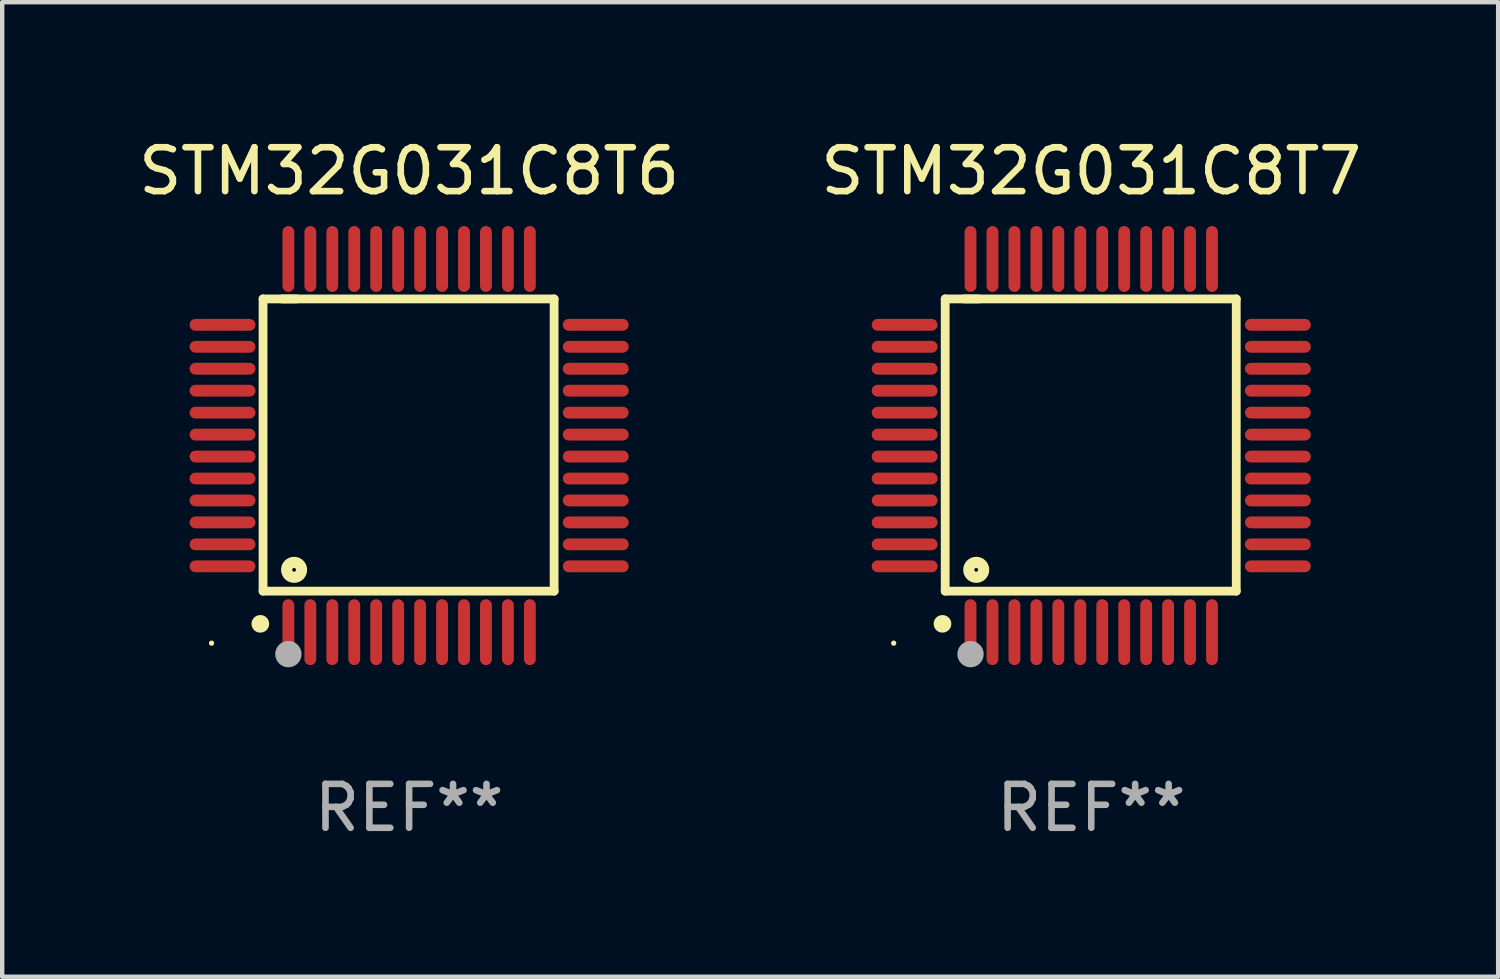
<source format=kicad_pcb>
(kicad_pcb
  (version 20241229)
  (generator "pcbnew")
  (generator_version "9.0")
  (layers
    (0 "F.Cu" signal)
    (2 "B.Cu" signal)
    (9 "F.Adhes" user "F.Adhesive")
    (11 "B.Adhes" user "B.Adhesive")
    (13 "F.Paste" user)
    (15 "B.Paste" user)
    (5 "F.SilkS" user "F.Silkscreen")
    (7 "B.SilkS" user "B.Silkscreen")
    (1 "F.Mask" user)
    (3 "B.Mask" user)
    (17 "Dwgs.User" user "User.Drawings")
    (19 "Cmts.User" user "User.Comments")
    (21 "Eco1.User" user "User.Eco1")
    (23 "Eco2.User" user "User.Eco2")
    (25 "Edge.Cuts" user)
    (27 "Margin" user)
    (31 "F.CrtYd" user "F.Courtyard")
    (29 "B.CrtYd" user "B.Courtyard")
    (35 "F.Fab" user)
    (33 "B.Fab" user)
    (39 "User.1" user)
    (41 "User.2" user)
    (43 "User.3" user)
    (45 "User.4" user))
  (footprint "STM32G031C8T7"
    (layer "F.Cu")
    (at 21.804 7.098)
    (property "Reference" "STM32G031C8T7" (at 0 -6.25 0) (layer "F.SilkS") (effects (font (size 1 1) (thickness 0.15))))
    (attr through_hole)
    (fp_line (start -3.327 -3.34) (end -2.565 -3.34) (stroke (width 0.2) (type solid)) (layer "F.SilkS"))
    (fp_line (start -3.327 3.315) (end -3.327 -3.34) (stroke (width 0.2) (type solid)) (layer "F.SilkS"))
    (fp_line (start -2.896 -3.34) (end 3.302 -3.34) (stroke (width 0.2) (type solid)) (layer "F.SilkS"))
    (fp_line (start 3.302 -3.34) (end 3.302 3.315) (stroke (width 0.2) (type solid)) (layer "F.SilkS"))
    (fp_line (start 3.302 3.315) (end -3.327 3.315) (stroke (width 0.2) (type solid)) (layer "F.SilkS"))
    (fp_arc (start -3.389992 4.059995) (mid -3.388722 4.059991) (end -3.387452 4.059995) (stroke (width 0.4) (type solid)) (layer "F.SilkS"))
    (fp_circle (center -4.5 4.5) (end -4.47 4.5) (stroke (width 0.06) (type solid)) (fill no) (layer "F.SilkS"))
    (fp_circle (center -2.62 2.83) (end -2.45 2.83) (stroke (width 0.254) (type solid)) (fill no) (layer "F.SilkS"))
    (fp_circle (center -2.75 4.75) (end -2.6 4.75) (stroke (width 0.3) (type solid)) (fill no) (layer "F.Fab"))
    (fp_text user "REF**" (at 0 8.25 0) (layer "F.Fab") (effects (font (size 1 1) (thickness 0.15))))
    (pad "1" smd oval (at -2.75 4.25) (size 0.27 1.5) (layers "F.Cu" "F.Mask" "F.Paste"))
    (pad "2" smd oval (at -2.25 4.25) (size 0.27 1.5) (layers "F.Cu" "F.Mask" "F.Paste"))
    (pad "3" smd oval (at -1.75 4.25) (size 0.27 1.5) (layers "F.Cu" "F.Mask" "F.Paste"))
    (pad "4" smd oval (at -1.25 4.25) (size 0.27 1.5) (layers "F.Cu" "F.Mask" "F.Paste"))
    (pad "5" smd oval (at -0.75 4.25) (size 0.27 1.5) (layers "F.Cu" "F.Mask" "F.Paste"))
    (pad "6" smd oval (at -0.25 4.25) (size 0.27 1.5) (layers "F.Cu" "F.Mask" "F.Paste"))
    (pad "7" smd oval (at 0.25 4.25) (size 0.27 1.5) (layers "F.Cu" "F.Mask" "F.Paste"))
    (pad "8" smd oval (at 0.75 4.25) (size 0.27 1.5) (layers "F.Cu" "F.Mask" "F.Paste"))
    (pad "9" smd oval (at 1.25 4.25) (size 0.27 1.5) (layers "F.Cu" "F.Mask" "F.Paste"))
    (pad "10" smd oval (at 1.75 4.25) (size 0.27 1.5) (layers "F.Cu" "F.Mask" "F.Paste"))
    (pad "11" smd oval (at 2.25 4.25) (size 0.27 1.5) (layers "F.Cu" "F.Mask" "F.Paste"))
    (pad "12" smd oval (at 2.75 4.25) (size 0.27 1.5) (layers "F.Cu" "F.Mask" "F.Paste"))
    (pad "13" smd oval (at 4.25 2.75) (size 1.5 0.27) (layers "F.Cu" "F.Mask" "F.Paste"))
    (pad "14" smd oval (at 4.25 2.25) (size 1.5 0.27) (layers "F.Cu" "F.Mask" "F.Paste"))
    (pad "15" smd oval (at 4.25 1.75) (size 1.5 0.27) (layers "F.Cu" "F.Mask" "F.Paste"))
    (pad "16" smd oval (at 4.25 1.25) (size 1.5 0.27) (layers "F.Cu" "F.Mask" "F.Paste"))
    (pad "17" smd oval (at 4.25 0.75) (size 1.5 0.27) (layers "F.Cu" "F.Mask" "F.Paste"))
    (pad "18" smd oval (at 4.25 0.25) (size 1.5 0.27) (layers "F.Cu" "F.Mask" "F.Paste"))
    (pad "19" smd oval (at 4.25 -0.25) (size 1.5 0.27) (layers "F.Cu" "F.Mask" "F.Paste"))
    (pad "20" smd oval (at 4.25 -0.75) (size 1.5 0.27) (layers "F.Cu" "F.Mask" "F.Paste"))
    (pad "21" smd oval (at 4.25 -1.25) (size 1.5 0.27) (layers "F.Cu" "F.Mask" "F.Paste"))
    (pad "22" smd oval (at 4.25 -1.75) (size 1.5 0.27) (layers "F.Cu" "F.Mask" "F.Paste"))
    (pad "23" smd oval (at 4.25 -2.25) (size 1.5 0.27) (layers "F.Cu" "F.Mask" "F.Paste"))
    (pad "24" smd oval (at 4.25 -2.75) (size 1.5 0.27) (layers "F.Cu" "F.Mask" "F.Paste"))
    (pad "25" smd oval (at 2.75 -4.25) (size 0.27 1.5) (layers "F.Cu" "F.Mask" "F.Paste"))
    (pad "26" smd oval (at 2.25 -4.25) (size 0.27 1.5) (layers "F.Cu" "F.Mask" "F.Paste"))
    (pad "27" smd oval (at 1.75 -4.25) (size 0.27 1.5) (layers "F.Cu" "F.Mask" "F.Paste"))
    (pad "28" smd oval (at 1.25 -4.25) (size 0.27 1.5) (layers "F.Cu" "F.Mask" "F.Paste"))
    (pad "29" smd oval (at 0.75 -4.25) (size 0.27 1.5) (layers "F.Cu" "F.Mask" "F.Paste"))
    (pad "30" smd oval (at 0.25 -4.25) (size 0.27 1.5) (layers "F.Cu" "F.Mask" "F.Paste"))
    (pad "31" smd oval (at -0.25 -4.25) (size 0.27 1.5) (layers "F.Cu" "F.Mask" "F.Paste"))
    (pad "32" smd oval (at -0.75 -4.25) (size 0.27 1.5) (layers "F.Cu" "F.Mask" "F.Paste"))
    (pad "33" smd oval (at -1.25 -4.25) (size 0.27 1.5) (layers "F.Cu" "F.Mask" "F.Paste"))
    (pad "34" smd oval (at -1.75 -4.25) (size 0.27 1.5) (layers "F.Cu" "F.Mask" "F.Paste"))
    (pad "35" smd oval (at -2.25 -4.25) (size 0.27 1.5) (layers "F.Cu" "F.Mask" "F.Paste"))
    (pad "36" smd oval (at -2.75 -4.25) (size 0.27 1.5) (layers "F.Cu" "F.Mask" "F.Paste"))
    (pad "37" smd oval (at -4.25 -2.75) (size 1.5 0.27) (layers "F.Cu" "F.Mask" "F.Paste"))
    (pad "38" smd oval (at -4.25 -2.25) (size 1.5 0.27) (layers "F.Cu" "F.Mask" "F.Paste"))
    (pad "39" smd oval (at -4.25 -1.75) (size 1.5 0.27) (layers "F.Cu" "F.Mask" "F.Paste"))
    (pad "40" smd oval (at -4.25 -1.25) (size 1.5 0.27) (layers "F.Cu" "F.Mask" "F.Paste"))
    (pad "41" smd oval (at -4.25 -0.75) (size 1.5 0.27) (layers "F.Cu" "F.Mask" "F.Paste"))
    (pad "42" smd oval (at -4.25 -0.25) (size 1.5 0.27) (layers "F.Cu" "F.Mask" "F.Paste"))
    (pad "43" smd oval (at -4.25 0.25) (size 1.5 0.27) (layers "F.Cu" "F.Mask" "F.Paste"))
    (pad "44" smd oval (at -4.25 0.75) (size 1.5 0.27) (layers "F.Cu" "F.Mask" "F.Paste"))
    (pad "45" smd oval (at -4.25 1.25) (size 1.5 0.27) (layers "F.Cu" "F.Mask" "F.Paste"))
    (pad "46" smd oval (at -4.25 1.75) (size 1.5 0.27) (layers "F.Cu" "F.Mask" "F.Paste"))
    (pad "47" smd oval (at -4.25 2.25) (size 1.5 0.27) (layers "F.Cu" "F.Mask" "F.Paste"))
    (pad "48" smd oval (at -4.25 2.75) (size 1.5 0.27) (layers "F.Cu" "F.Mask" "F.Paste")))
  (footprint "STM32G031C8T6"
    (layer "F.Cu")
    (at 6.268 7.098)
    (property "Reference" "STM32G031C8T6" (at 0 -6.25 0) (layer "F.SilkS") (effects (font (size 1 1) (thickness 0.15))))
    (attr through_hole)
    (fp_line (start -3.327 -3.34) (end -2.565 -3.34) (stroke (width 0.2) (type solid)) (layer "F.SilkS"))
    (fp_line (start -3.327 3.315) (end -3.327 -3.34) (stroke (width 0.2) (type solid)) (layer "F.SilkS"))
    (fp_line (start -2.896 -3.34) (end 3.302 -3.34) (stroke (width 0.2) (type solid)) (layer "F.SilkS"))
    (fp_line (start 3.302 -3.34) (end 3.302 3.315) (stroke (width 0.2) (type solid)) (layer "F.SilkS"))
    (fp_line (start 3.302 3.315) (end -3.327 3.315) (stroke (width 0.2) (type solid)) (layer "F.SilkS"))
    (fp_arc (start -3.389992 4.059995) (mid -3.388722 4.059991) (end -3.387452 4.059995) (stroke (width 0.4) (type solid)) (layer "F.SilkS"))
    (fp_circle (center -4.5 4.5) (end -4.47 4.5) (stroke (width 0.06) (type solid)) (fill no) (layer "F.SilkS"))
    (fp_circle (center -2.62 2.83) (end -2.45 2.83) (stroke (width 0.254) (type solid)) (fill no) (layer "F.SilkS"))
    (fp_circle (center -2.75 4.75) (end -2.6 4.75) (stroke (width 0.3) (type solid)) (fill no) (layer "F.Fab"))
    (fp_text user "REF**" (at 0 8.25 0) (layer "F.Fab") (effects (font (size 1 1) (thickness 0.15))))
    (pad "1" smd oval (at -2.75 4.25) (size 0.27 1.5) (layers "F.Cu" "F.Mask" "F.Paste"))
    (pad "2" smd oval (at -2.25 4.25) (size 0.27 1.5) (layers "F.Cu" "F.Mask" "F.Paste"))
    (pad "3" smd oval (at -1.75 4.25) (size 0.27 1.5) (layers "F.Cu" "F.Mask" "F.Paste"))
    (pad "4" smd oval (at -1.25 4.25) (size 0.27 1.5) (layers "F.Cu" "F.Mask" "F.Paste"))
    (pad "5" smd oval (at -0.75 4.25) (size 0.27 1.5) (layers "F.Cu" "F.Mask" "F.Paste"))
    (pad "6" smd oval (at -0.25 4.25) (size 0.27 1.5) (layers "F.Cu" "F.Mask" "F.Paste"))
    (pad "7" smd oval (at 0.25 4.25) (size 0.27 1.5) (layers "F.Cu" "F.Mask" "F.Paste"))
    (pad "8" smd oval (at 0.75 4.25) (size 0.27 1.5) (layers "F.Cu" "F.Mask" "F.Paste"))
    (pad "9" smd oval (at 1.25 4.25) (size 0.27 1.5) (layers "F.Cu" "F.Mask" "F.Paste"))
    (pad "10" smd oval (at 1.75 4.25) (size 0.27 1.5) (layers "F.Cu" "F.Mask" "F.Paste"))
    (pad "11" smd oval (at 2.25 4.25) (size 0.27 1.5) (layers "F.Cu" "F.Mask" "F.Paste"))
    (pad "12" smd oval (at 2.75 4.25) (size 0.27 1.5) (layers "F.Cu" "F.Mask" "F.Paste"))
    (pad "13" smd oval (at 4.25 2.75) (size 1.5 0.27) (layers "F.Cu" "F.Mask" "F.Paste"))
    (pad "14" smd oval (at 4.25 2.25) (size 1.5 0.27) (layers "F.Cu" "F.Mask" "F.Paste"))
    (pad "15" smd oval (at 4.25 1.75) (size 1.5 0.27) (layers "F.Cu" "F.Mask" "F.Paste"))
    (pad "16" smd oval (at 4.25 1.25) (size 1.5 0.27) (layers "F.Cu" "F.Mask" "F.Paste"))
    (pad "17" smd oval (at 4.25 0.75) (size 1.5 0.27) (layers "F.Cu" "F.Mask" "F.Paste"))
    (pad "18" smd oval (at 4.25 0.25) (size 1.5 0.27) (layers "F.Cu" "F.Mask" "F.Paste"))
    (pad "19" smd oval (at 4.25 -0.25) (size 1.5 0.27) (layers "F.Cu" "F.Mask" "F.Paste"))
    (pad "20" smd oval (at 4.25 -0.75) (size 1.5 0.27) (layers "F.Cu" "F.Mask" "F.Paste"))
    (pad "21" smd oval (at 4.25 -1.25) (size 1.5 0.27) (layers "F.Cu" "F.Mask" "F.Paste"))
    (pad "22" smd oval (at 4.25 -1.75) (size 1.5 0.27) (layers "F.Cu" "F.Mask" "F.Paste"))
    (pad "23" smd oval (at 4.25 -2.25) (size 1.5 0.27) (layers "F.Cu" "F.Mask" "F.Paste"))
    (pad "24" smd oval (at 4.25 -2.75) (size 1.5 0.27) (layers "F.Cu" "F.Mask" "F.Paste"))
    (pad "25" smd oval (at 2.75 -4.25) (size 0.27 1.5) (layers "F.Cu" "F.Mask" "F.Paste"))
    (pad "26" smd oval (at 2.25 -4.25) (size 0.27 1.5) (layers "F.Cu" "F.Mask" "F.Paste"))
    (pad "27" smd oval (at 1.75 -4.25) (size 0.27 1.5) (layers "F.Cu" "F.Mask" "F.Paste"))
    (pad "28" smd oval (at 1.25 -4.25) (size 0.27 1.5) (layers "F.Cu" "F.Mask" "F.Paste"))
    (pad "29" smd oval (at 0.75 -4.25) (size 0.27 1.5) (layers "F.Cu" "F.Mask" "F.Paste"))
    (pad "30" smd oval (at 0.25 -4.25) (size 0.27 1.5) (layers "F.Cu" "F.Mask" "F.Paste"))
    (pad "31" smd oval (at -0.25 -4.25) (size 0.27 1.5) (layers "F.Cu" "F.Mask" "F.Paste"))
    (pad "32" smd oval (at -0.75 -4.25) (size 0.27 1.5) (layers "F.Cu" "F.Mask" "F.Paste"))
    (pad "33" smd oval (at -1.25 -4.25) (size 0.27 1.5) (layers "F.Cu" "F.Mask" "F.Paste"))
    (pad "34" smd oval (at -1.75 -4.25) (size 0.27 1.5) (layers "F.Cu" "F.Mask" "F.Paste"))
    (pad "35" smd oval (at -2.25 -4.25) (size 0.27 1.5) (layers "F.Cu" "F.Mask" "F.Paste"))
    (pad "36" smd oval (at -2.75 -4.25) (size 0.27 1.5) (layers "F.Cu" "F.Mask" "F.Paste"))
    (pad "37" smd oval (at -4.25 -2.75) (size 1.5 0.27) (layers "F.Cu" "F.Mask" "F.Paste"))
    (pad "38" smd oval (at -4.25 -2.25) (size 1.5 0.27) (layers "F.Cu" "F.Mask" "F.Paste"))
    (pad "39" smd oval (at -4.25 -1.75) (size 1.5 0.27) (layers "F.Cu" "F.Mask" "F.Paste"))
    (pad "40" smd oval (at -4.25 -1.25) (size 1.5 0.27) (layers "F.Cu" "F.Mask" "F.Paste"))
    (pad "41" smd oval (at -4.25 -0.75) (size 1.5 0.27) (layers "F.Cu" "F.Mask" "F.Paste"))
    (pad "42" smd oval (at -4.25 -0.25) (size 1.5 0.27) (layers "F.Cu" "F.Mask" "F.Paste"))
    (pad "43" smd oval (at -4.25 0.25) (size 1.5 0.27) (layers "F.Cu" "F.Mask" "F.Paste"))
    (pad "44" smd oval (at -4.25 0.75) (size 1.5 0.27) (layers "F.Cu" "F.Mask" "F.Paste"))
    (pad "45" smd oval (at -4.25 1.25) (size 1.5 0.27) (layers "F.Cu" "F.Mask" "F.Paste"))
    (pad "46" smd oval (at -4.25 1.75) (size 1.5 0.27) (layers "F.Cu" "F.Mask" "F.Paste"))
    (pad "47" smd oval (at -4.25 2.25) (size 1.5 0.27) (layers "F.Cu" "F.Mask" "F.Paste"))
    (pad "48" smd oval (at -4.25 2.75) (size 1.5 0.27) (layers "F.Cu" "F.Mask" "F.Paste")))
  (gr_rect
    (start -3 -3)
    (end 31.071 19.196)
    (stroke (width 0.1) (type default))
    (fill no)
    (layer "Edge.Cuts")))
</source>
